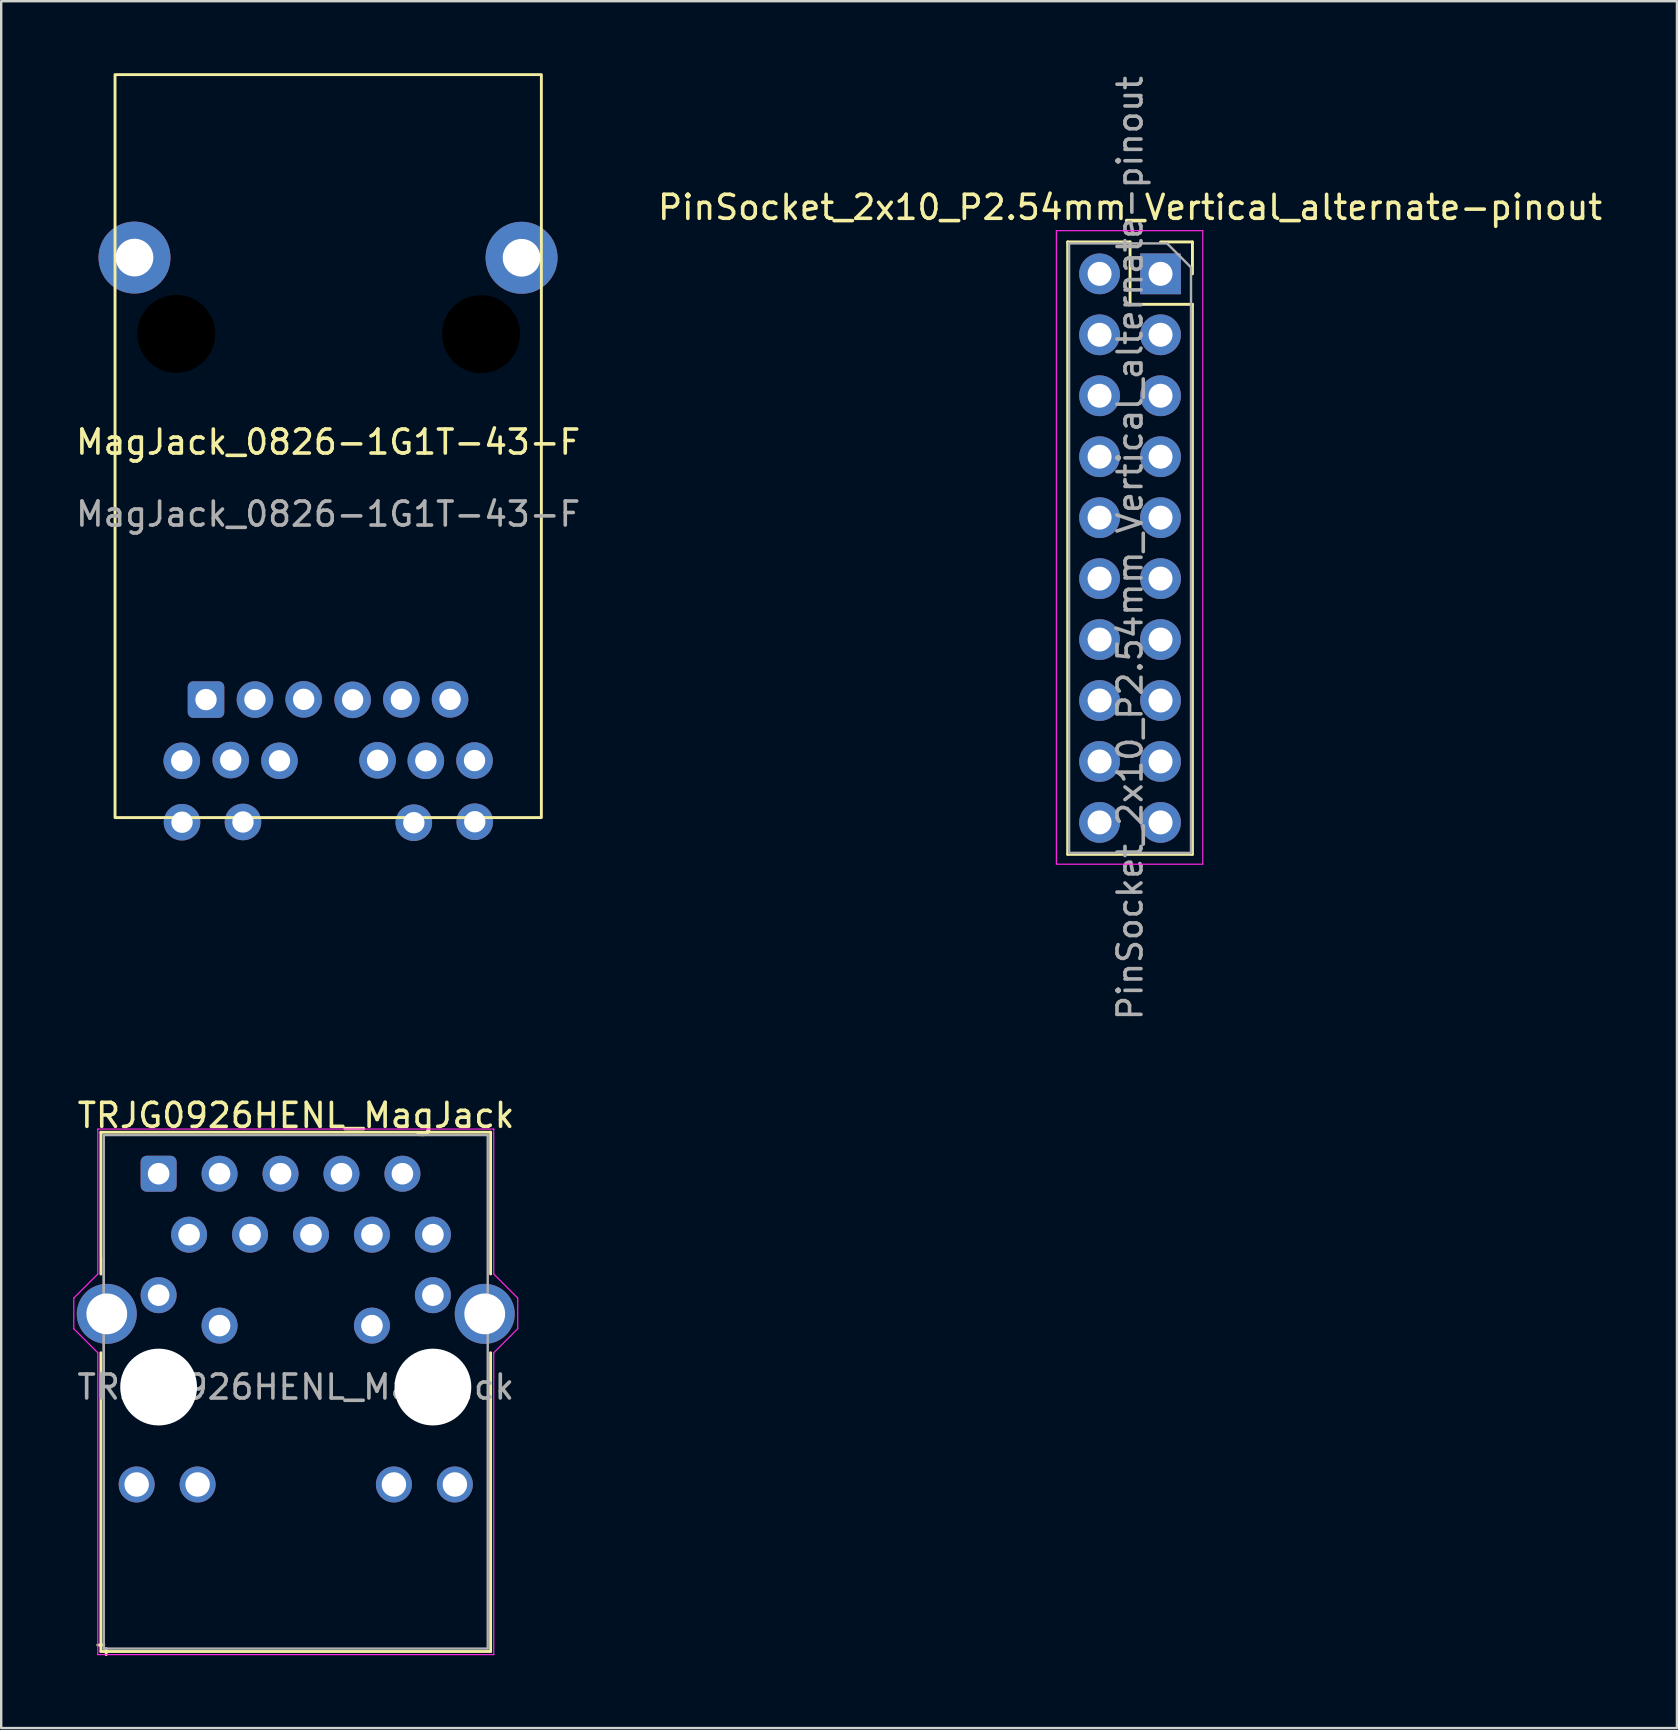
<source format=kicad_pcb>
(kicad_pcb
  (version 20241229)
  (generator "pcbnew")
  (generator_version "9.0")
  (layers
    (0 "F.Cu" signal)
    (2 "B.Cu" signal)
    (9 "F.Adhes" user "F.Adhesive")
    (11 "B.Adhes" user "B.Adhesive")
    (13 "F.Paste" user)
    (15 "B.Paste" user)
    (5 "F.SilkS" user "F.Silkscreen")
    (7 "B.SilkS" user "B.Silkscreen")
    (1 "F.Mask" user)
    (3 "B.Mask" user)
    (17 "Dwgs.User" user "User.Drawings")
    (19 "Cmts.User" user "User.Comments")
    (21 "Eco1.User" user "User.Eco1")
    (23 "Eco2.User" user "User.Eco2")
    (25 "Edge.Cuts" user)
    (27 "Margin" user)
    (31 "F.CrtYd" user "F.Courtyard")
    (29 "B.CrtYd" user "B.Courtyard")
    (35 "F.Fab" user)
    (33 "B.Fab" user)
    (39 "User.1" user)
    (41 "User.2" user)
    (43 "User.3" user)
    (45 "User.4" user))
  (footprint "MagJack_0826-1G1T-43-F"
    (layer "F.Cu")
    (at 10.625 15.874)
    (property "Reference" "MagJack_0826-1G1T-43-F" (at 0 -0.5 0) (unlocked yes) (layer "F.SilkS") (effects (font (size 1 1) (thickness 0.15))))
    (attr through_hole)
    (fp_rect (start 8.885 -15.814) (end -8.881 15.147) (stroke (width 0.12) (type solid)) (fill no) (layer "F.SilkS"))
    (fp_text user "${REFERENCE}" (at 0 2.5 0) (unlocked yes) (layer "F.Fab") (effects (font (size 1 1) (thickness 0.15))))
    (pad "" np_thru_hole circle (at -6.33 -5.01) (size 3.9 3.9) (drill 3.25) (layers "*.Mask"))
    (pad "" np_thru_hole circle (at 6.37 -5) (size 3.9 3.9) (drill 3.25) (layers "*.Mask"))
    (pad "1" thru_hole roundrect (at -5.09 10.23) (size 1.524 1.524) (drill 0.89) (layers "*.Cu" "*.Mask") (roundrect_rratio 0.15))
    (pad "2" thru_hole circle (at -3.05 10.23) (size 1.524 1.524) (drill 0.89) (layers "*.Cu" "*.Mask"))
    (pad "3" thru_hole circle (at -1.02 10.22) (size 1.524 1.524) (drill 0.89) (layers "*.Cu" "*.Mask"))
    (pad "4" thru_hole circle (at 1.02 10.24) (size 1.524 1.524) (drill 0.89) (layers "*.Cu" "*.Mask"))
    (pad "5" thru_hole circle (at 3.05 10.22) (size 1.524 1.524) (drill 0.89) (layers "*.Cu" "*.Mask"))
    (pad "6" thru_hole circle (at 5.08 10.22) (size 1.524 1.524) (drill 0.89) (layers "*.Cu" "*.Mask"))
    (pad "7" thru_hole circle (at -6.1 12.78) (size 1.524 1.524) (drill 0.89) (layers "*.Cu" "*.Mask"))
    (pad "8" thru_hole circle (at -4.06 12.75) (size 1.524 1.524) (drill 0.89) (layers "*.Cu" "*.Mask"))
    (pad "9" thru_hole circle (at -2.03 12.78) (size 1.524 1.524) (drill 0.89) (layers "*.Cu" "*.Mask"))
    (pad "10" thru_hole circle (at 2.06 12.76) (size 1.524 1.524) (drill 0.89) (layers "*.Cu" "*.Mask"))
    (pad "11" thru_hole circle (at 4.07 12.78) (size 1.524 1.524) (drill 0.89) (layers "*.Cu" "*.Mask"))
    (pad "12" thru_hole circle (at 6.1 12.77) (size 1.524 1.524) (drill 0.89) (layers "*.Cu" "*.Mask"))
    (pad "13" thru_hole circle (at -6.09 15.34) (size 1.524 1.524) (drill 0.89) (layers "*.Cu" "*.Mask"))
    (pad "14" thru_hole circle (at -3.55 15.33) (size 1.524 1.524) (drill 0.89) (layers "*.Cu" "*.Mask"))
    (pad "15" thru_hole circle (at 3.57 15.36) (size 1.524 1.524) (drill 0.89) (layers "*.Cu" "*.Mask"))
    (pad "16" thru_hole circle (at 6.11 15.32) (size 1.524 1.524) (drill 0.89) (layers "*.Cu" "*.Mask"))
    (pad "17" thru_hole circle (at -8.07 -8.19) (size 3 3) (drill 1.57) (layers "*.Cu" "*.Mask"))
    (pad "18" thru_hole circle (at 8.06 -8.182) (size 3 3) (drill 1.57) (layers "*.Cu" "*.Mask")))
  (footprint "TRJG0926HENL_MagJack"
    (layer "F.Cu")
    (at 9.275 54.752)
    (property "Reference" "TRJG0926HENL_MagJack" (at 0.01 -11.32 0) (layer "F.SilkS") (effects (font (size 1 1) (thickness 0.15))))
    (attr through_hole)
    (fp_line (start -8.12 -10.62) (end -8.12 -4.71) (stroke (width 0.12) (type solid)) (layer "F.SilkS"))
    (fp_line (start -8.12 -10.62) (end 8.12 -10.62) (stroke (width 0.12) (type solid)) (layer "F.SilkS"))
    (fp_line (start -8.12 -1.43) (end -8.12 11.02) (stroke (width 0.12) (type solid)) (layer "F.SilkS"))
    (fp_line (start -8 10.75) (end -8.25 10.75) (stroke (width 0.12) (type solid)) (layer "F.SilkS"))
    (fp_line (start -7.9 10.9) (end -7.9 11.15) (stroke (width 0.12) (type solid)) (layer "F.SilkS"))
    (fp_line (start 8.12 -10.62) (end 8.12 -4.71) (stroke (width 0.12) (type solid)) (layer "F.SilkS"))
    (fp_line (start 8.12 -1.43) (end 8.12 11.02) (stroke (width 0.12) (type solid)) (layer "F.SilkS"))
    (fp_line (start 8.12 11.02) (end -8.12 11.02) (stroke (width 0.12) (type solid)) (layer "F.SilkS"))
    (fp_line (start -9.25 -2.43) (end -9.25 -3.71) (stroke (width 0.05) (type solid)) (layer "F.CrtYd"))
    (fp_line (start -9.25 -2.43) (end -8.25 -1.43) (stroke (width 0.05) (type solid)) (layer "F.CrtYd"))
    (fp_line (start -8.25 -10.75) (end 8.25 -10.75) (stroke (width 0.05) (type solid)) (layer "F.CrtYd"))
    (fp_line (start -8.25 -4.71) (end -9.25 -3.71) (stroke (width 0.05) (type solid)) (layer "F.CrtYd"))
    (fp_line (start -8.25 -4.71) (end -8.25 -10.76) (stroke (width 0.05) (type solid)) (layer "F.CrtYd"))
    (fp_line (start -8.25 -1.43) (end -8.25 11.15) (stroke (width 0.05) (type solid)) (layer "F.CrtYd"))
    (fp_line (start -8.25 11.15) (end 8.25 11.15) (stroke (width 0.05) (type solid)) (layer "F.CrtYd"))
    (fp_line (start 8.25 -4.71) (end 8.25 -10.75) (stroke (width 0.05) (type solid)) (layer "F.CrtYd"))
    (fp_line (start 8.25 -4.71) (end 9.25 -3.71) (stroke (width 0.05) (type solid)) (layer "F.CrtYd"))
    (fp_line (start 8.25 -1.43) (end 8.25 11.15) (stroke (width 0.05) (type solid)) (layer "F.CrtYd"))
    (fp_line (start 9.25 -2.43) (end 8.25 -1.43) (stroke (width 0.05) (type solid)) (layer "F.CrtYd"))
    (fp_line (start 9.25 -2.43) (end 9.25 -3.71) (stroke (width 0.05) (type solid)) (layer "F.CrtYd"))
    (fp_line (start -8 -10.5) (end -8 0) (stroke (width 0.1) (type solid)) (layer "F.Fab"))
    (fp_line (start -8 -10.5) (end 8 -10.5) (stroke (width 0.1) (type solid)) (layer "F.Fab"))
    (fp_line (start -8 -5.37) (end -8 10.9) (stroke (width 0.1) (type solid)) (layer "F.Fab"))
    (fp_line (start -8 10.9) (end 8 10.9) (stroke (width 0.1) (type solid)) (layer "F.Fab"))
    (fp_line (start 8 -10.5) (end 8 10.9) (stroke (width 0.1) (type solid)) (layer "F.Fab"))
    (fp_text user "${REFERENCE}" (at 0 0 0) (layer "F.Fab") (effects (font (size 1 1) (thickness 0.15))))
    (pad "" np_thru_hole circle (at -5.715 0) (size 3.2 3.2) (drill 3.2) (layers "*.Cu" "*.Mask"))
    (pad "" np_thru_hole circle (at 5.715 0) (size 3.2 3.2) (drill 3.2) (layers "*.Cu" "*.Mask"))
    (pad "1" thru_hole roundrect (at -5.715 -8.89) (size 1.5 1.5) (drill 0.9) (layers "*.Cu" "*.Mask") (roundrect_rratio 0.167))
    (pad "2" thru_hole circle (at -4.445 -6.35) (size 1.5 1.5) (drill 0.9) (layers "*.Cu" "*.Mask"))
    (pad "3" thru_hole circle (at -3.175 -8.89) (size 1.5 1.5) (drill 0.9) (layers "*.Cu" "*.Mask"))
    (pad "4" thru_hole circle (at -1.905 -6.35) (size 1.5 1.5) (drill 0.9) (layers "*.Cu" "*.Mask"))
    (pad "5" thru_hole circle (at -0.635 -8.89) (size 1.5 1.5) (drill 0.9) (layers "*.Cu" "*.Mask"))
    (pad "6" thru_hole circle (at 0.635 -6.35 90) (size 1.5 1.5) (drill 0.9) (layers "*.Cu" "*.Mask"))
    (pad "7" thru_hole circle (at 1.905 -8.89) (size 1.5 1.5) (drill 0.9) (layers "*.Cu" "*.Mask"))
    (pad "8" thru_hole circle (at 3.175 -6.35) (size 1.5 1.5) (drill 0.9) (layers "*.Cu" "*.Mask"))
    (pad "9" thru_hole circle (at 4.445 -8.89) (size 1.5 1.5) (drill 0.9) (layers "*.Cu" "*.Mask"))
    (pad "10" thru_hole circle (at 5.715 -6.35) (size 1.5 1.5) (drill 0.9) (layers "*.Cu" "*.Mask"))
    (pad "11" thru_hole circle (at -5.715 -3.83) (size 1.5 1.5) (drill 0.9) (layers "*.Cu" "*.Mask"))
    (pad "12" thru_hole circle (at -3.175 -2.56) (size 1.5 1.5) (drill 0.9) (layers "*.Cu" "*.Mask"))
    (pad "13" thru_hole circle (at 3.175 -2.56) (size 1.5 1.5) (drill 0.9) (layers "*.Cu" "*.Mask"))
    (pad "14" thru_hole circle (at 5.715 -3.83) (size 1.5 1.5) (drill 0.9) (layers "*.Cu" "*.Mask"))
    (pad "15" thru_hole circle (at -6.63 4.06) (size 1.5 1.5) (drill 1.02) (layers "*.Cu" "*.Mask"))
    (pad "16" thru_hole circle (at -4.09 4.06) (size 1.5 1.5) (drill 1.02) (layers "*.Cu" "*.Mask"))
    (pad "17" thru_hole circle (at 4.09 4.06) (size 1.5 1.5) (drill 1.02) (layers "*.Cu" "*.Mask"))
    (pad "18" thru_hole circle (at 6.63 4.06) (size 1.5 1.5) (drill 1.02) (layers "*.Cu" "*.Mask"))
    (pad "19" thru_hole circle (at -7.875 -3.05) (size 2.5 2.5) (drill 1.7) (layers "*.Cu" "*.Mask"))
    (pad "20" thru_hole circle (at 7.875 -3.05) (size 2.5 2.5) (drill 1.7) (layers "*.Cu" "*.Mask")))
  (footprint "PinSocket_2x10_P2.54mm_Vertical_alternate-pinout"
    (layer "F.Cu")
    (at 45.312 8.362)
    (property "Reference" "PinSocket_2x10_P2.54mm_Vertical_alternate-pinout" (at -1.27 -2.77 0) (layer "F.SilkS") (effects (font (size 1 1) (thickness 0.15))))
    (attr through_hole)
    (fp_line (start -3.87 -1.33) (end -3.87 24.19) (stroke (width 0.12) (type solid)) (layer "F.SilkS"))
    (fp_line (start -3.87 -1.33) (end -1.27 -1.33) (stroke (width 0.12) (type solid)) (layer "F.SilkS"))
    (fp_line (start -3.87 24.19) (end 1.33 24.19) (stroke (width 0.12) (type solid)) (layer "F.SilkS"))
    (fp_line (start -1.27 -1.33) (end -1.27 1.27) (stroke (width 0.12) (type solid)) (layer "F.SilkS"))
    (fp_line (start -1.27 1.27) (end 1.33 1.27) (stroke (width 0.12) (type solid)) (layer "F.SilkS"))
    (fp_line (start 0 -1.33) (end 1.33 -1.33) (stroke (width 0.12) (type solid)) (layer "F.SilkS"))
    (fp_line (start 1.33 -1.33) (end 1.33 0) (stroke (width 0.12) (type solid)) (layer "F.SilkS"))
    (fp_line (start 1.33 1.27) (end 1.33 24.19) (stroke (width 0.12) (type solid)) (layer "F.SilkS"))
    (fp_line (start -4.34 -1.8) (end 1.76 -1.8) (stroke (width 0.05) (type solid)) (layer "F.CrtYd"))
    (fp_line (start -4.34 24.6) (end -4.34 -1.8) (stroke (width 0.05) (type solid)) (layer "F.CrtYd"))
    (fp_line (start 1.76 -1.8) (end 1.76 24.6) (stroke (width 0.05) (type solid)) (layer "F.CrtYd"))
    (fp_line (start 1.76 24.6) (end -4.34 24.6) (stroke (width 0.05) (type solid)) (layer "F.CrtYd"))
    (fp_line (start -3.81 -1.27) (end 0.27 -1.27) (stroke (width 0.1) (type solid)) (layer "F.Fab"))
    (fp_line (start -3.81 24.13) (end -3.81 -1.27) (stroke (width 0.1) (type solid)) (layer "F.Fab"))
    (fp_line (start 0.27 -1.27) (end 1.27 -0.27) (stroke (width 0.1) (type solid)) (layer "F.Fab"))
    (fp_line (start 1.27 -0.27) (end 1.27 24.13) (stroke (width 0.1) (type solid)) (layer "F.Fab"))
    (fp_line (start 1.27 24.13) (end -3.81 24.13) (stroke (width 0.1) (type solid)) (layer "F.Fab"))
    (fp_text user "${REFERENCE}" (at -1.27 11.43 90) (layer "F.Fab") (effects (font (size 1 1) (thickness 0.15))))
    (pad "1" thru_hole oval (at -2.54 0) (size 1.7 1.7) (drill 1) (layers "*.Cu" "*.Mask"))
    (pad "2" thru_hole oval (at 0 2.54) (size 1.7 1.7) (drill 1) (layers "*.Cu" "*.Mask"))
    (pad "3" thru_hole oval (at -2.54 2.54) (size 1.7 1.7) (drill 1) (layers "*.Cu" "*.Mask"))
    (pad "4" thru_hole oval (at 0 5.08) (size 1.7 1.7) (drill 1) (layers "*.Cu" "*.Mask"))
    (pad "5" thru_hole oval (at -2.54 5.08) (size 1.7 1.7) (drill 1) (layers "*.Cu" "*.Mask"))
    (pad "6" thru_hole oval (at 0 7.62) (size 1.7 1.7) (drill 1) (layers "*.Cu" "*.Mask"))
    (pad "7" thru_hole oval (at -2.54 7.62) (size 1.7 1.7) (drill 1) (layers "*.Cu" "*.Mask"))
    (pad "8" thru_hole oval (at 0 10.16) (size 1.7 1.7) (drill 1) (layers "*.Cu" "*.Mask"))
    (pad "9" thru_hole oval (at -2.54 10.16) (size 1.7 1.7) (drill 1) (layers "*.Cu" "*.Mask"))
    (pad "10" thru_hole oval (at 0 12.7) (size 1.7 1.7) (drill 1) (layers "*.Cu" "*.Mask"))
    (pad "11" thru_hole oval (at -2.54 12.7) (size 1.7 1.7) (drill 1) (layers "*.Cu" "*.Mask"))
    (pad "12" thru_hole oval (at 0 15.24) (size 1.7 1.7) (drill 1) (layers "*.Cu" "*.Mask"))
    (pad "13" thru_hole oval (at -2.54 15.24) (size 1.7 1.7) (drill 1) (layers "*.Cu" "*.Mask"))
    (pad "14" thru_hole oval (at 0 17.78) (size 1.7 1.7) (drill 1) (layers "*.Cu" "*.Mask"))
    (pad "15" thru_hole oval (at -2.54 17.78) (size 1.7 1.7) (drill 1) (layers "*.Cu" "*.Mask"))
    (pad "16" thru_hole oval (at 0 20.32) (size 1.7 1.7) (drill 1) (layers "*.Cu" "*.Mask"))
    (pad "17" thru_hole oval (at -2.54 20.32) (size 1.7 1.7) (drill 1) (layers "*.Cu" "*.Mask"))
    (pad "18" thru_hole oval (at 0 22.86) (size 1.7 1.7) (drill 1) (layers "*.Cu" "*.Mask"))
    (pad "19" thru_hole oval (at -2.54 22.86) (size 1.7 1.7) (drill 1) (layers "*.Cu" "*.Mask"))
    (pad "20" thru_hole rect (at 0 0) (size 1.7 1.7) (drill 1) (layers "*.Cu" "*.Mask")))
  (gr_rect
    (start -3 -3)
    (end 66.833 68.962)
    (stroke (width 0.1) (type default))
    (fill no)
    (layer "Edge.Cuts")))
</source>
